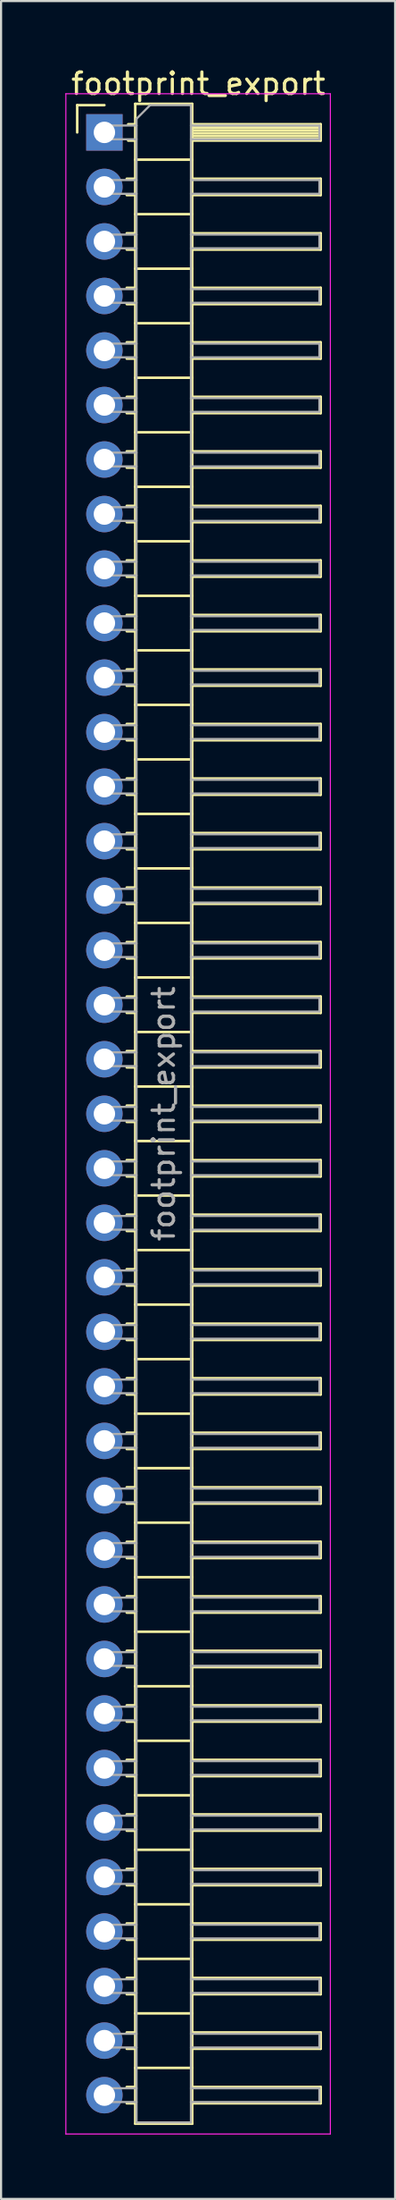
<source format=kicad_pcb>
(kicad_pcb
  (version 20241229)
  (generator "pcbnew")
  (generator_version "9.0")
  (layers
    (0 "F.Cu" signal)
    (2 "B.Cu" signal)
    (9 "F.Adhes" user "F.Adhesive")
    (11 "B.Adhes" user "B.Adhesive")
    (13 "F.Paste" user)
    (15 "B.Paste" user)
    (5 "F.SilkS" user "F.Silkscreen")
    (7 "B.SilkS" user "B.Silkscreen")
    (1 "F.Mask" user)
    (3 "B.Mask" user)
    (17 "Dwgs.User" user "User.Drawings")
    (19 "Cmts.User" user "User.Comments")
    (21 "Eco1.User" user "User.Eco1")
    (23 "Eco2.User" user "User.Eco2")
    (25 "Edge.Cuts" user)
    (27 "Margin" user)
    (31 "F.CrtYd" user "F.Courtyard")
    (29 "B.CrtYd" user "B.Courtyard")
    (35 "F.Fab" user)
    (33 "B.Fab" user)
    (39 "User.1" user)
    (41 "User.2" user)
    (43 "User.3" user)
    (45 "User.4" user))
  (footprint "footprint_export"
    (layer "F.Cu")
    (at 1.825 3.118)
    (property "Reference" "footprint_export" (at 4.385 -2.27 0) (layer "F.SilkS") (effects (font (size 1 1) (thickness 0.15))))
    (attr through_hole)
    (fp_line (start -1.27 -1.27) (end 0 -1.27) (stroke (width 0.12) (type solid)) (layer "F.SilkS"))
    (fp_line (start -1.27 0) (end -1.27 -1.27) (stroke (width 0.12) (type solid)) (layer "F.SilkS"))
    (fp_line (start 1.043 2.16) (end 1.44 2.16) (stroke (width 0.12) (type solid)) (layer "F.SilkS"))
    (fp_line (start 1.043 2.92) (end 1.44 2.92) (stroke (width 0.12) (type solid)) (layer "F.SilkS"))
    (fp_line (start 1.043 4.7) (end 1.44 4.7) (stroke (width 0.12) (type solid)) (layer "F.SilkS"))
    (fp_line (start 1.043 5.46) (end 1.44 5.46) (stroke (width 0.12) (type solid)) (layer "F.SilkS"))
    (fp_line (start 1.043 7.24) (end 1.44 7.24) (stroke (width 0.12) (type solid)) (layer "F.SilkS"))
    (fp_line (start 1.043 8) (end 1.44 8) (stroke (width 0.12) (type solid)) (layer "F.SilkS"))
    (fp_line (start 1.043 9.78) (end 1.44 9.78) (stroke (width 0.12) (type solid)) (layer "F.SilkS"))
    (fp_line (start 1.043 10.54) (end 1.44 10.54) (stroke (width 0.12) (type solid)) (layer "F.SilkS"))
    (fp_line (start 1.043 12.32) (end 1.44 12.32) (stroke (width 0.12) (type solid)) (layer "F.SilkS"))
    (fp_line (start 1.043 13.08) (end 1.44 13.08) (stroke (width 0.12) (type solid)) (layer "F.SilkS"))
    (fp_line (start 1.043 14.86) (end 1.44 14.86) (stroke (width 0.12) (type solid)) (layer "F.SilkS"))
    (fp_line (start 1.043 15.62) (end 1.44 15.62) (stroke (width 0.12) (type solid)) (layer "F.SilkS"))
    (fp_line (start 1.043 17.4) (end 1.44 17.4) (stroke (width 0.12) (type solid)) (layer "F.SilkS"))
    (fp_line (start 1.043 18.16) (end 1.44 18.16) (stroke (width 0.12) (type solid)) (layer "F.SilkS"))
    (fp_line (start 1.043 19.94) (end 1.44 19.94) (stroke (width 0.12) (type solid)) (layer "F.SilkS"))
    (fp_line (start 1.043 20.7) (end 1.44 20.7) (stroke (width 0.12) (type solid)) (layer "F.SilkS"))
    (fp_line (start 1.043 22.48) (end 1.44 22.48) (stroke (width 0.12) (type solid)) (layer "F.SilkS"))
    (fp_line (start 1.043 23.24) (end 1.44 23.24) (stroke (width 0.12) (type solid)) (layer "F.SilkS"))
    (fp_line (start 1.043 25.02) (end 1.44 25.02) (stroke (width 0.12) (type solid)) (layer "F.SilkS"))
    (fp_line (start 1.043 25.78) (end 1.44 25.78) (stroke (width 0.12) (type solid)) (layer "F.SilkS"))
    (fp_line (start 1.043 27.56) (end 1.44 27.56) (stroke (width 0.12) (type solid)) (layer "F.SilkS"))
    (fp_line (start 1.043 28.32) (end 1.44 28.32) (stroke (width 0.12) (type solid)) (layer "F.SilkS"))
    (fp_line (start 1.043 30.1) (end 1.44 30.1) (stroke (width 0.12) (type solid)) (layer "F.SilkS"))
    (fp_line (start 1.043 30.86) (end 1.44 30.86) (stroke (width 0.12) (type solid)) (layer "F.SilkS"))
    (fp_line (start 1.043 32.64) (end 1.44 32.64) (stroke (width 0.12) (type solid)) (layer "F.SilkS"))
    (fp_line (start 1.043 33.4) (end 1.44 33.4) (stroke (width 0.12) (type solid)) (layer "F.SilkS"))
    (fp_line (start 1.043 35.18) (end 1.44 35.18) (stroke (width 0.12) (type solid)) (layer "F.SilkS"))
    (fp_line (start 1.043 35.94) (end 1.44 35.94) (stroke (width 0.12) (type solid)) (layer "F.SilkS"))
    (fp_line (start 1.043 37.72) (end 1.44 37.72) (stroke (width 0.12) (type solid)) (layer "F.SilkS"))
    (fp_line (start 1.043 38.48) (end 1.44 38.48) (stroke (width 0.12) (type solid)) (layer "F.SilkS"))
    (fp_line (start 1.043 40.26) (end 1.44 40.26) (stroke (width 0.12) (type solid)) (layer "F.SilkS"))
    (fp_line (start 1.043 41.02) (end 1.44 41.02) (stroke (width 0.12) (type solid)) (layer "F.SilkS"))
    (fp_line (start 1.043 42.8) (end 1.44 42.8) (stroke (width 0.12) (type solid)) (layer "F.SilkS"))
    (fp_line (start 1.043 43.56) (end 1.44 43.56) (stroke (width 0.12) (type solid)) (layer "F.SilkS"))
    (fp_line (start 1.043 45.34) (end 1.44 45.34) (stroke (width 0.12) (type solid)) (layer "F.SilkS"))
    (fp_line (start 1.043 46.1) (end 1.44 46.1) (stroke (width 0.12) (type solid)) (layer "F.SilkS"))
    (fp_line (start 1.043 47.88) (end 1.44 47.88) (stroke (width 0.12) (type solid)) (layer "F.SilkS"))
    (fp_line (start 1.043 48.64) (end 1.44 48.64) (stroke (width 0.12) (type solid)) (layer "F.SilkS"))
    (fp_line (start 1.043 50.42) (end 1.44 50.42) (stroke (width 0.12) (type solid)) (layer "F.SilkS"))
    (fp_line (start 1.043 51.18) (end 1.44 51.18) (stroke (width 0.12) (type solid)) (layer "F.SilkS"))
    (fp_line (start 1.043 52.96) (end 1.44 52.96) (stroke (width 0.12) (type solid)) (layer "F.SilkS"))
    (fp_line (start 1.043 53.72) (end 1.44 53.72) (stroke (width 0.12) (type solid)) (layer "F.SilkS"))
    (fp_line (start 1.043 55.5) (end 1.44 55.5) (stroke (width 0.12) (type solid)) (layer "F.SilkS"))
    (fp_line (start 1.043 56.26) (end 1.44 56.26) (stroke (width 0.12) (type solid)) (layer "F.SilkS"))
    (fp_line (start 1.043 58.04) (end 1.44 58.04) (stroke (width 0.12) (type solid)) (layer "F.SilkS"))
    (fp_line (start 1.043 58.8) (end 1.44 58.8) (stroke (width 0.12) (type solid)) (layer "F.SilkS"))
    (fp_line (start 1.043 60.58) (end 1.44 60.58) (stroke (width 0.12) (type solid)) (layer "F.SilkS"))
    (fp_line (start 1.043 61.34) (end 1.44 61.34) (stroke (width 0.12) (type solid)) (layer "F.SilkS"))
    (fp_line (start 1.043 63.12) (end 1.44 63.12) (stroke (width 0.12) (type solid)) (layer "F.SilkS"))
    (fp_line (start 1.043 63.88) (end 1.44 63.88) (stroke (width 0.12) (type solid)) (layer "F.SilkS"))
    (fp_line (start 1.043 65.66) (end 1.44 65.66) (stroke (width 0.12) (type solid)) (layer "F.SilkS"))
    (fp_line (start 1.043 66.42) (end 1.44 66.42) (stroke (width 0.12) (type solid)) (layer "F.SilkS"))
    (fp_line (start 1.043 68.2) (end 1.44 68.2) (stroke (width 0.12) (type solid)) (layer "F.SilkS"))
    (fp_line (start 1.043 68.96) (end 1.44 68.96) (stroke (width 0.12) (type solid)) (layer "F.SilkS"))
    (fp_line (start 1.043 70.74) (end 1.44 70.74) (stroke (width 0.12) (type solid)) (layer "F.SilkS"))
    (fp_line (start 1.043 71.5) (end 1.44 71.5) (stroke (width 0.12) (type solid)) (layer "F.SilkS"))
    (fp_line (start 1.043 73.28) (end 1.44 73.28) (stroke (width 0.12) (type solid)) (layer "F.SilkS"))
    (fp_line (start 1.043 74.04) (end 1.44 74.04) (stroke (width 0.12) (type solid)) (layer "F.SilkS"))
    (fp_line (start 1.043 75.82) (end 1.44 75.82) (stroke (width 0.12) (type solid)) (layer "F.SilkS"))
    (fp_line (start 1.043 76.58) (end 1.44 76.58) (stroke (width 0.12) (type solid)) (layer "F.SilkS"))
    (fp_line (start 1.043 78.36) (end 1.44 78.36) (stroke (width 0.12) (type solid)) (layer "F.SilkS"))
    (fp_line (start 1.043 79.12) (end 1.44 79.12) (stroke (width 0.12) (type solid)) (layer "F.SilkS"))
    (fp_line (start 1.043 80.9) (end 1.44 80.9) (stroke (width 0.12) (type solid)) (layer "F.SilkS"))
    (fp_line (start 1.043 81.66) (end 1.44 81.66) (stroke (width 0.12) (type solid)) (layer "F.SilkS"))
    (fp_line (start 1.043 83.44) (end 1.44 83.44) (stroke (width 0.12) (type solid)) (layer "F.SilkS"))
    (fp_line (start 1.043 84.2) (end 1.44 84.2) (stroke (width 0.12) (type solid)) (layer "F.SilkS"))
    (fp_line (start 1.043 85.98) (end 1.44 85.98) (stroke (width 0.12) (type solid)) (layer "F.SilkS"))
    (fp_line (start 1.043 86.74) (end 1.44 86.74) (stroke (width 0.12) (type solid)) (layer "F.SilkS"))
    (fp_line (start 1.043 88.52) (end 1.44 88.52) (stroke (width 0.12) (type solid)) (layer "F.SilkS"))
    (fp_line (start 1.043 89.28) (end 1.44 89.28) (stroke (width 0.12) (type solid)) (layer "F.SilkS"))
    (fp_line (start 1.043 91.06) (end 1.44 91.06) (stroke (width 0.12) (type solid)) (layer "F.SilkS"))
    (fp_line (start 1.043 91.82) (end 1.44 91.82) (stroke (width 0.12) (type solid)) (layer "F.SilkS"))
    (fp_line (start 1.11 -0.38) (end 1.44 -0.38) (stroke (width 0.12) (type solid)) (layer "F.SilkS"))
    (fp_line (start 1.11 0.38) (end 1.44 0.38) (stroke (width 0.12) (type solid)) (layer "F.SilkS"))
    (fp_line (start 1.44 -1.33) (end 1.44 92.77) (stroke (width 0.12) (type solid)) (layer "F.SilkS"))
    (fp_line (start 1.44 1.27) (end 4.1 1.27) (stroke (width 0.12) (type solid)) (layer "F.SilkS"))
    (fp_line (start 1.44 3.81) (end 4.1 3.81) (stroke (width 0.12) (type solid)) (layer "F.SilkS"))
    (fp_line (start 1.44 6.35) (end 4.1 6.35) (stroke (width 0.12) (type solid)) (layer "F.SilkS"))
    (fp_line (start 1.44 8.89) (end 4.1 8.89) (stroke (width 0.12) (type solid)) (layer "F.SilkS"))
    (fp_line (start 1.44 11.43) (end 4.1 11.43) (stroke (width 0.12) (type solid)) (layer "F.SilkS"))
    (fp_line (start 1.44 13.97) (end 4.1 13.97) (stroke (width 0.12) (type solid)) (layer "F.SilkS"))
    (fp_line (start 1.44 16.51) (end 4.1 16.51) (stroke (width 0.12) (type solid)) (layer "F.SilkS"))
    (fp_line (start 1.44 19.05) (end 4.1 19.05) (stroke (width 0.12) (type solid)) (layer "F.SilkS"))
    (fp_line (start 1.44 21.59) (end 4.1 21.59) (stroke (width 0.12) (type solid)) (layer "F.SilkS"))
    (fp_line (start 1.44 24.13) (end 4.1 24.13) (stroke (width 0.12) (type solid)) (layer "F.SilkS"))
    (fp_line (start 1.44 26.67) (end 4.1 26.67) (stroke (width 0.12) (type solid)) (layer "F.SilkS"))
    (fp_line (start 1.44 29.21) (end 4.1 29.21) (stroke (width 0.12) (type solid)) (layer "F.SilkS"))
    (fp_line (start 1.44 31.75) (end 4.1 31.75) (stroke (width 0.12) (type solid)) (layer "F.SilkS"))
    (fp_line (start 1.44 34.29) (end 4.1 34.29) (stroke (width 0.12) (type solid)) (layer "F.SilkS"))
    (fp_line (start 1.44 36.83) (end 4.1 36.83) (stroke (width 0.12) (type solid)) (layer "F.SilkS"))
    (fp_line (start 1.44 39.37) (end 4.1 39.37) (stroke (width 0.12) (type solid)) (layer "F.SilkS"))
    (fp_line (start 1.44 41.91) (end 4.1 41.91) (stroke (width 0.12) (type solid)) (layer "F.SilkS"))
    (fp_line (start 1.44 44.45) (end 4.1 44.45) (stroke (width 0.12) (type solid)) (layer "F.SilkS"))
    (fp_line (start 1.44 46.99) (end 4.1 46.99) (stroke (width 0.12) (type solid)) (layer "F.SilkS"))
    (fp_line (start 1.44 49.53) (end 4.1 49.53) (stroke (width 0.12) (type solid)) (layer "F.SilkS"))
    (fp_line (start 1.44 52.07) (end 4.1 52.07) (stroke (width 0.12) (type solid)) (layer "F.SilkS"))
    (fp_line (start 1.44 54.61) (end 4.1 54.61) (stroke (width 0.12) (type solid)) (layer "F.SilkS"))
    (fp_line (start 1.44 57.15) (end 4.1 57.15) (stroke (width 0.12) (type solid)) (layer "F.SilkS"))
    (fp_line (start 1.44 59.69) (end 4.1 59.69) (stroke (width 0.12) (type solid)) (layer "F.SilkS"))
    (fp_line (start 1.44 62.23) (end 4.1 62.23) (stroke (width 0.12) (type solid)) (layer "F.SilkS"))
    (fp_line (start 1.44 64.77) (end 4.1 64.77) (stroke (width 0.12) (type solid)) (layer "F.SilkS"))
    (fp_line (start 1.44 67.31) (end 4.1 67.31) (stroke (width 0.12) (type solid)) (layer "F.SilkS"))
    (fp_line (start 1.44 69.85) (end 4.1 69.85) (stroke (width 0.12) (type solid)) (layer "F.SilkS"))
    (fp_line (start 1.44 72.39) (end 4.1 72.39) (stroke (width 0.12) (type solid)) (layer "F.SilkS"))
    (fp_line (start 1.44 74.93) (end 4.1 74.93) (stroke (width 0.12) (type solid)) (layer "F.SilkS"))
    (fp_line (start 1.44 77.47) (end 4.1 77.47) (stroke (width 0.12) (type solid)) (layer "F.SilkS"))
    (fp_line (start 1.44 80.01) (end 4.1 80.01) (stroke (width 0.12) (type solid)) (layer "F.SilkS"))
    (fp_line (start 1.44 82.55) (end 4.1 82.55) (stroke (width 0.12) (type solid)) (layer "F.SilkS"))
    (fp_line (start 1.44 85.09) (end 4.1 85.09) (stroke (width 0.12) (type solid)) (layer "F.SilkS"))
    (fp_line (start 1.44 87.63) (end 4.1 87.63) (stroke (width 0.12) (type solid)) (layer "F.SilkS"))
    (fp_line (start 1.44 90.17) (end 4.1 90.17) (stroke (width 0.12) (type solid)) (layer "F.SilkS"))
    (fp_line (start 1.44 92.77) (end 4.1 92.77) (stroke (width 0.12) (type solid)) (layer "F.SilkS"))
    (fp_line (start 4.1 -1.33) (end 1.44 -1.33) (stroke (width 0.12) (type solid)) (layer "F.SilkS"))
    (fp_line (start 4.1 -0.38) (end 10.1 -0.38) (stroke (width 0.12) (type solid)) (layer "F.SilkS"))
    (fp_line (start 4.1 -0.32) (end 10.1 -0.32) (stroke (width 0.12) (type solid)) (layer "F.SilkS"))
    (fp_line (start 4.1 -0.2) (end 10.1 -0.2) (stroke (width 0.12) (type solid)) (layer "F.SilkS"))
    (fp_line (start 4.1 -0.08) (end 10.1 -0.08) (stroke (width 0.12) (type solid)) (layer "F.SilkS"))
    (fp_line (start 4.1 0.04) (end 10.1 0.04) (stroke (width 0.12) (type solid)) (layer "F.SilkS"))
    (fp_line (start 4.1 0.16) (end 10.1 0.16) (stroke (width 0.12) (type solid)) (layer "F.SilkS"))
    (fp_line (start 4.1 0.28) (end 10.1 0.28) (stroke (width 0.12) (type solid)) (layer "F.SilkS"))
    (fp_line (start 4.1 2.16) (end 10.1 2.16) (stroke (width 0.12) (type solid)) (layer "F.SilkS"))
    (fp_line (start 4.1 4.7) (end 10.1 4.7) (stroke (width 0.12) (type solid)) (layer "F.SilkS"))
    (fp_line (start 4.1 7.24) (end 10.1 7.24) (stroke (width 0.12) (type solid)) (layer "F.SilkS"))
    (fp_line (start 4.1 9.78) (end 10.1 9.78) (stroke (width 0.12) (type solid)) (layer "F.SilkS"))
    (fp_line (start 4.1 12.32) (end 10.1 12.32) (stroke (width 0.12) (type solid)) (layer "F.SilkS"))
    (fp_line (start 4.1 14.86) (end 10.1 14.86) (stroke (width 0.12) (type solid)) (layer "F.SilkS"))
    (fp_line (start 4.1 17.4) (end 10.1 17.4) (stroke (width 0.12) (type solid)) (layer "F.SilkS"))
    (fp_line (start 4.1 19.94) (end 10.1 19.94) (stroke (width 0.12) (type solid)) (layer "F.SilkS"))
    (fp_line (start 4.1 22.48) (end 10.1 22.48) (stroke (width 0.12) (type solid)) (layer "F.SilkS"))
    (fp_line (start 4.1 25.02) (end 10.1 25.02) (stroke (width 0.12) (type solid)) (layer "F.SilkS"))
    (fp_line (start 4.1 27.56) (end 10.1 27.56) (stroke (width 0.12) (type solid)) (layer "F.SilkS"))
    (fp_line (start 4.1 30.1) (end 10.1 30.1) (stroke (width 0.12) (type solid)) (layer "F.SilkS"))
    (fp_line (start 4.1 32.64) (end 10.1 32.64) (stroke (width 0.12) (type solid)) (layer "F.SilkS"))
    (fp_line (start 4.1 35.18) (end 10.1 35.18) (stroke (width 0.12) (type solid)) (layer "F.SilkS"))
    (fp_line (start 4.1 37.72) (end 10.1 37.72) (stroke (width 0.12) (type solid)) (layer "F.SilkS"))
    (fp_line (start 4.1 40.26) (end 10.1 40.26) (stroke (width 0.12) (type solid)) (layer "F.SilkS"))
    (fp_line (start 4.1 42.8) (end 10.1 42.8) (stroke (width 0.12) (type solid)) (layer "F.SilkS"))
    (fp_line (start 4.1 45.34) (end 10.1 45.34) (stroke (width 0.12) (type solid)) (layer "F.SilkS"))
    (fp_line (start 4.1 47.88) (end 10.1 47.88) (stroke (width 0.12) (type solid)) (layer "F.SilkS"))
    (fp_line (start 4.1 50.42) (end 10.1 50.42) (stroke (width 0.12) (type solid)) (layer "F.SilkS"))
    (fp_line (start 4.1 52.96) (end 10.1 52.96) (stroke (width 0.12) (type solid)) (layer "F.SilkS"))
    (fp_line (start 4.1 55.5) (end 10.1 55.5) (stroke (width 0.12) (type solid)) (layer "F.SilkS"))
    (fp_line (start 4.1 58.04) (end 10.1 58.04) (stroke (width 0.12) (type solid)) (layer "F.SilkS"))
    (fp_line (start 4.1 60.58) (end 10.1 60.58) (stroke (width 0.12) (type solid)) (layer "F.SilkS"))
    (fp_line (start 4.1 63.12) (end 10.1 63.12) (stroke (width 0.12) (type solid)) (layer "F.SilkS"))
    (fp_line (start 4.1 65.66) (end 10.1 65.66) (stroke (width 0.12) (type solid)) (layer "F.SilkS"))
    (fp_line (start 4.1 68.2) (end 10.1 68.2) (stroke (width 0.12) (type solid)) (layer "F.SilkS"))
    (fp_line (start 4.1 70.74) (end 10.1 70.74) (stroke (width 0.12) (type solid)) (layer "F.SilkS"))
    (fp_line (start 4.1 73.28) (end 10.1 73.28) (stroke (width 0.12) (type solid)) (layer "F.SilkS"))
    (fp_line (start 4.1 75.82) (end 10.1 75.82) (stroke (width 0.12) (type solid)) (layer "F.SilkS"))
    (fp_line (start 4.1 78.36) (end 10.1 78.36) (stroke (width 0.12) (type solid)) (layer "F.SilkS"))
    (fp_line (start 4.1 80.9) (end 10.1 80.9) (stroke (width 0.12) (type solid)) (layer "F.SilkS"))
    (fp_line (start 4.1 83.44) (end 10.1 83.44) (stroke (width 0.12) (type solid)) (layer "F.SilkS"))
    (fp_line (start 4.1 85.98) (end 10.1 85.98) (stroke (width 0.12) (type solid)) (layer "F.SilkS"))
    (fp_line (start 4.1 88.52) (end 10.1 88.52) (stroke (width 0.12) (type solid)) (layer "F.SilkS"))
    (fp_line (start 4.1 91.06) (end 10.1 91.06) (stroke (width 0.12) (type solid)) (layer "F.SilkS"))
    (fp_line (start 4.1 92.77) (end 4.1 -1.33) (stroke (width 0.12) (type solid)) (layer "F.SilkS"))
    (fp_line (start 10.1 -0.38) (end 10.1 0.38) (stroke (width 0.12) (type solid)) (layer "F.SilkS"))
    (fp_line (start 10.1 0.38) (end 4.1 0.38) (stroke (width 0.12) (type solid)) (layer "F.SilkS"))
    (fp_line (start 10.1 2.16) (end 10.1 2.92) (stroke (width 0.12) (type solid)) (layer "F.SilkS"))
    (fp_line (start 10.1 2.92) (end 4.1 2.92) (stroke (width 0.12) (type solid)) (layer "F.SilkS"))
    (fp_line (start 10.1 4.7) (end 10.1 5.46) (stroke (width 0.12) (type solid)) (layer "F.SilkS"))
    (fp_line (start 10.1 5.46) (end 4.1 5.46) (stroke (width 0.12) (type solid)) (layer "F.SilkS"))
    (fp_line (start 10.1 7.24) (end 10.1 8) (stroke (width 0.12) (type solid)) (layer "F.SilkS"))
    (fp_line (start 10.1 8) (end 4.1 8) (stroke (width 0.12) (type solid)) (layer "F.SilkS"))
    (fp_line (start 10.1 9.78) (end 10.1 10.54) (stroke (width 0.12) (type solid)) (layer "F.SilkS"))
    (fp_line (start 10.1 10.54) (end 4.1 10.54) (stroke (width 0.12) (type solid)) (layer "F.SilkS"))
    (fp_line (start 10.1 12.32) (end 10.1 13.08) (stroke (width 0.12) (type solid)) (layer "F.SilkS"))
    (fp_line (start 10.1 13.08) (end 4.1 13.08) (stroke (width 0.12) (type solid)) (layer "F.SilkS"))
    (fp_line (start 10.1 14.86) (end 10.1 15.62) (stroke (width 0.12) (type solid)) (layer "F.SilkS"))
    (fp_line (start 10.1 15.62) (end 4.1 15.62) (stroke (width 0.12) (type solid)) (layer "F.SilkS"))
    (fp_line (start 10.1 17.4) (end 10.1 18.16) (stroke (width 0.12) (type solid)) (layer "F.SilkS"))
    (fp_line (start 10.1 18.16) (end 4.1 18.16) (stroke (width 0.12) (type solid)) (layer "F.SilkS"))
    (fp_line (start 10.1 19.94) (end 10.1 20.7) (stroke (width 0.12) (type solid)) (layer "F.SilkS"))
    (fp_line (start 10.1 20.7) (end 4.1 20.7) (stroke (width 0.12) (type solid)) (layer "F.SilkS"))
    (fp_line (start 10.1 22.48) (end 10.1 23.24) (stroke (width 0.12) (type solid)) (layer "F.SilkS"))
    (fp_line (start 10.1 23.24) (end 4.1 23.24) (stroke (width 0.12) (type solid)) (layer "F.SilkS"))
    (fp_line (start 10.1 25.02) (end 10.1 25.78) (stroke (width 0.12) (type solid)) (layer "F.SilkS"))
    (fp_line (start 10.1 25.78) (end 4.1 25.78) (stroke (width 0.12) (type solid)) (layer "F.SilkS"))
    (fp_line (start 10.1 27.56) (end 10.1 28.32) (stroke (width 0.12) (type solid)) (layer "F.SilkS"))
    (fp_line (start 10.1 28.32) (end 4.1 28.32) (stroke (width 0.12) (type solid)) (layer "F.SilkS"))
    (fp_line (start 10.1 30.1) (end 10.1 30.86) (stroke (width 0.12) (type solid)) (layer "F.SilkS"))
    (fp_line (start 10.1 30.86) (end 4.1 30.86) (stroke (width 0.12) (type solid)) (layer "F.SilkS"))
    (fp_line (start 10.1 32.64) (end 10.1 33.4) (stroke (width 0.12) (type solid)) (layer "F.SilkS"))
    (fp_line (start 10.1 33.4) (end 4.1 33.4) (stroke (width 0.12) (type solid)) (layer "F.SilkS"))
    (fp_line (start 10.1 35.18) (end 10.1 35.94) (stroke (width 0.12) (type solid)) (layer "F.SilkS"))
    (fp_line (start 10.1 35.94) (end 4.1 35.94) (stroke (width 0.12) (type solid)) (layer "F.SilkS"))
    (fp_line (start 10.1 37.72) (end 10.1 38.48) (stroke (width 0.12) (type solid)) (layer "F.SilkS"))
    (fp_line (start 10.1 38.48) (end 4.1 38.48) (stroke (width 0.12) (type solid)) (layer "F.SilkS"))
    (fp_line (start 10.1 40.26) (end 10.1 41.02) (stroke (width 0.12) (type solid)) (layer "F.SilkS"))
    (fp_line (start 10.1 41.02) (end 4.1 41.02) (stroke (width 0.12) (type solid)) (layer "F.SilkS"))
    (fp_line (start 10.1 42.8) (end 10.1 43.56) (stroke (width 0.12) (type solid)) (layer "F.SilkS"))
    (fp_line (start 10.1 43.56) (end 4.1 43.56) (stroke (width 0.12) (type solid)) (layer "F.SilkS"))
    (fp_line (start 10.1 45.34) (end 10.1 46.1) (stroke (width 0.12) (type solid)) (layer "F.SilkS"))
    (fp_line (start 10.1 46.1) (end 4.1 46.1) (stroke (width 0.12) (type solid)) (layer "F.SilkS"))
    (fp_line (start 10.1 47.88) (end 10.1 48.64) (stroke (width 0.12) (type solid)) (layer "F.SilkS"))
    (fp_line (start 10.1 48.64) (end 4.1 48.64) (stroke (width 0.12) (type solid)) (layer "F.SilkS"))
    (fp_line (start 10.1 50.42) (end 10.1 51.18) (stroke (width 0.12) (type solid)) (layer "F.SilkS"))
    (fp_line (start 10.1 51.18) (end 4.1 51.18) (stroke (width 0.12) (type solid)) (layer "F.SilkS"))
    (fp_line (start 10.1 52.96) (end 10.1 53.72) (stroke (width 0.12) (type solid)) (layer "F.SilkS"))
    (fp_line (start 10.1 53.72) (end 4.1 53.72) (stroke (width 0.12) (type solid)) (layer "F.SilkS"))
    (fp_line (start 10.1 55.5) (end 10.1 56.26) (stroke (width 0.12) (type solid)) (layer "F.SilkS"))
    (fp_line (start 10.1 56.26) (end 4.1 56.26) (stroke (width 0.12) (type solid)) (layer "F.SilkS"))
    (fp_line (start 10.1 58.04) (end 10.1 58.8) (stroke (width 0.12) (type solid)) (layer "F.SilkS"))
    (fp_line (start 10.1 58.8) (end 4.1 58.8) (stroke (width 0.12) (type solid)) (layer "F.SilkS"))
    (fp_line (start 10.1 60.58) (end 10.1 61.34) (stroke (width 0.12) (type solid)) (layer "F.SilkS"))
    (fp_line (start 10.1 61.34) (end 4.1 61.34) (stroke (width 0.12) (type solid)) (layer "F.SilkS"))
    (fp_line (start 10.1 63.12) (end 10.1 63.88) (stroke (width 0.12) (type solid)) (layer "F.SilkS"))
    (fp_line (start 10.1 63.88) (end 4.1 63.88) (stroke (width 0.12) (type solid)) (layer "F.SilkS"))
    (fp_line (start 10.1 65.66) (end 10.1 66.42) (stroke (width 0.12) (type solid)) (layer "F.SilkS"))
    (fp_line (start 10.1 66.42) (end 4.1 66.42) (stroke (width 0.12) (type solid)) (layer "F.SilkS"))
    (fp_line (start 10.1 68.2) (end 10.1 68.96) (stroke (width 0.12) (type solid)) (layer "F.SilkS"))
    (fp_line (start 10.1 68.96) (end 4.1 68.96) (stroke (width 0.12) (type solid)) (layer "F.SilkS"))
    (fp_line (start 10.1 70.74) (end 10.1 71.5) (stroke (width 0.12) (type solid)) (layer "F.SilkS"))
    (fp_line (start 10.1 71.5) (end 4.1 71.5) (stroke (width 0.12) (type solid)) (layer "F.SilkS"))
    (fp_line (start 10.1 73.28) (end 10.1 74.04) (stroke (width 0.12) (type solid)) (layer "F.SilkS"))
    (fp_line (start 10.1 74.04) (end 4.1 74.04) (stroke (width 0.12) (type solid)) (layer "F.SilkS"))
    (fp_line (start 10.1 75.82) (end 10.1 76.58) (stroke (width 0.12) (type solid)) (layer "F.SilkS"))
    (fp_line (start 10.1 76.58) (end 4.1 76.58) (stroke (width 0.12) (type solid)) (layer "F.SilkS"))
    (fp_line (start 10.1 78.36) (end 10.1 79.12) (stroke (width 0.12) (type solid)) (layer "F.SilkS"))
    (fp_line (start 10.1 79.12) (end 4.1 79.12) (stroke (width 0.12) (type solid)) (layer "F.SilkS"))
    (fp_line (start 10.1 80.9) (end 10.1 81.66) (stroke (width 0.12) (type solid)) (layer "F.SilkS"))
    (fp_line (start 10.1 81.66) (end 4.1 81.66) (stroke (width 0.12) (type solid)) (layer "F.SilkS"))
    (fp_line (start 10.1 83.44) (end 10.1 84.2) (stroke (width 0.12) (type solid)) (layer "F.SilkS"))
    (fp_line (start 10.1 84.2) (end 4.1 84.2) (stroke (width 0.12) (type solid)) (layer "F.SilkS"))
    (fp_line (start 10.1 85.98) (end 10.1 86.74) (stroke (width 0.12) (type solid)) (layer "F.SilkS"))
    (fp_line (start 10.1 86.74) (end 4.1 86.74) (stroke (width 0.12) (type solid)) (layer "F.SilkS"))
    (fp_line (start 10.1 88.52) (end 10.1 89.28) (stroke (width 0.12) (type solid)) (layer "F.SilkS"))
    (fp_line (start 10.1 89.28) (end 4.1 89.28) (stroke (width 0.12) (type solid)) (layer "F.SilkS"))
    (fp_line (start 10.1 91.06) (end 10.1 91.82) (stroke (width 0.12) (type solid)) (layer "F.SilkS"))
    (fp_line (start 10.1 91.82) (end 4.1 91.82) (stroke (width 0.12) (type solid)) (layer "F.SilkS"))
    (fp_line (start -1.8 -1.8) (end -1.8 93.25) (stroke (width 0.05) (type solid)) (layer "F.CrtYd"))
    (fp_line (start -1.8 93.25) (end 10.55 93.25) (stroke (width 0.05) (type solid)) (layer "F.CrtYd"))
    (fp_line (start 10.55 -1.8) (end -1.8 -1.8) (stroke (width 0.05) (type solid)) (layer "F.CrtYd"))
    (fp_line (start 10.55 93.25) (end 10.55 -1.8) (stroke (width 0.05) (type solid)) (layer "F.CrtYd"))
    (fp_line (start -0.32 -0.32) (end -0.32 0.32) (stroke (width 0.1) (type solid)) (layer "F.Fab"))
    (fp_line (start -0.32 -0.32) (end 1.5 -0.32) (stroke (width 0.1) (type solid)) (layer "F.Fab"))
    (fp_line (start -0.32 0.32) (end 1.5 0.32) (stroke (width 0.1) (type solid)) (layer "F.Fab"))
    (fp_line (start -0.32 2.22) (end -0.32 2.86) (stroke (width 0.1) (type solid)) (layer "F.Fab"))
    (fp_line (start -0.32 2.22) (end 1.5 2.22) (stroke (width 0.1) (type solid)) (layer "F.Fab"))
    (fp_line (start -0.32 2.86) (end 1.5 2.86) (stroke (width 0.1) (type solid)) (layer "F.Fab"))
    (fp_line (start -0.32 4.76) (end -0.32 5.4) (stroke (width 0.1) (type solid)) (layer "F.Fab"))
    (fp_line (start -0.32 4.76) (end 1.5 4.76) (stroke (width 0.1) (type solid)) (layer "F.Fab"))
    (fp_line (start -0.32 5.4) (end 1.5 5.4) (stroke (width 0.1) (type solid)) (layer "F.Fab"))
    (fp_line (start -0.32 7.3) (end -0.32 7.94) (stroke (width 0.1) (type solid)) (layer "F.Fab"))
    (fp_line (start -0.32 7.3) (end 1.5 7.3) (stroke (width 0.1) (type solid)) (layer "F.Fab"))
    (fp_line (start -0.32 7.94) (end 1.5 7.94) (stroke (width 0.1) (type solid)) (layer "F.Fab"))
    (fp_line (start -0.32 9.84) (end -0.32 10.48) (stroke (width 0.1) (type solid)) (layer "F.Fab"))
    (fp_line (start -0.32 9.84) (end 1.5 9.84) (stroke (width 0.1) (type solid)) (layer "F.Fab"))
    (fp_line (start -0.32 10.48) (end 1.5 10.48) (stroke (width 0.1) (type solid)) (layer "F.Fab"))
    (fp_line (start -0.32 12.38) (end -0.32 13.02) (stroke (width 0.1) (type solid)) (layer "F.Fab"))
    (fp_line (start -0.32 12.38) (end 1.5 12.38) (stroke (width 0.1) (type solid)) (layer "F.Fab"))
    (fp_line (start -0.32 13.02) (end 1.5 13.02) (stroke (width 0.1) (type solid)) (layer "F.Fab"))
    (fp_line (start -0.32 14.92) (end -0.32 15.56) (stroke (width 0.1) (type solid)) (layer "F.Fab"))
    (fp_line (start -0.32 14.92) (end 1.5 14.92) (stroke (width 0.1) (type solid)) (layer "F.Fab"))
    (fp_line (start -0.32 15.56) (end 1.5 15.56) (stroke (width 0.1) (type solid)) (layer "F.Fab"))
    (fp_line (start -0.32 17.46) (end -0.32 18.1) (stroke (width 0.1) (type solid)) (layer "F.Fab"))
    (fp_line (start -0.32 17.46) (end 1.5 17.46) (stroke (width 0.1) (type solid)) (layer "F.Fab"))
    (fp_line (start -0.32 18.1) (end 1.5 18.1) (stroke (width 0.1) (type solid)) (layer "F.Fab"))
    (fp_line (start -0.32 20) (end -0.32 20.64) (stroke (width 0.1) (type solid)) (layer "F.Fab"))
    (fp_line (start -0.32 20) (end 1.5 20) (stroke (width 0.1) (type solid)) (layer "F.Fab"))
    (fp_line (start -0.32 20.64) (end 1.5 20.64) (stroke (width 0.1) (type solid)) (layer "F.Fab"))
    (fp_line (start -0.32 22.54) (end -0.32 23.18) (stroke (width 0.1) (type solid)) (layer "F.Fab"))
    (fp_line (start -0.32 22.54) (end 1.5 22.54) (stroke (width 0.1) (type solid)) (layer "F.Fab"))
    (fp_line (start -0.32 23.18) (end 1.5 23.18) (stroke (width 0.1) (type solid)) (layer "F.Fab"))
    (fp_line (start -0.32 25.08) (end -0.32 25.72) (stroke (width 0.1) (type solid)) (layer "F.Fab"))
    (fp_line (start -0.32 25.08) (end 1.5 25.08) (stroke (width 0.1) (type solid)) (layer "F.Fab"))
    (fp_line (start -0.32 25.72) (end 1.5 25.72) (stroke (width 0.1) (type solid)) (layer "F.Fab"))
    (fp_line (start -0.32 27.62) (end -0.32 28.26) (stroke (width 0.1) (type solid)) (layer "F.Fab"))
    (fp_line (start -0.32 27.62) (end 1.5 27.62) (stroke (width 0.1) (type solid)) (layer "F.Fab"))
    (fp_line (start -0.32 28.26) (end 1.5 28.26) (stroke (width 0.1) (type solid)) (layer "F.Fab"))
    (fp_line (start -0.32 30.16) (end -0.32 30.8) (stroke (width 0.1) (type solid)) (layer "F.Fab"))
    (fp_line (start -0.32 30.16) (end 1.5 30.16) (stroke (width 0.1) (type solid)) (layer "F.Fab"))
    (fp_line (start -0.32 30.8) (end 1.5 30.8) (stroke (width 0.1) (type solid)) (layer "F.Fab"))
    (fp_line (start -0.32 32.7) (end -0.32 33.34) (stroke (width 0.1) (type solid)) (layer "F.Fab"))
    (fp_line (start -0.32 32.7) (end 1.5 32.7) (stroke (width 0.1) (type solid)) (layer "F.Fab"))
    (fp_line (start -0.32 33.34) (end 1.5 33.34) (stroke (width 0.1) (type solid)) (layer "F.Fab"))
    (fp_line (start -0.32 35.24) (end -0.32 35.88) (stroke (width 0.1) (type solid)) (layer "F.Fab"))
    (fp_line (start -0.32 35.24) (end 1.5 35.24) (stroke (width 0.1) (type solid)) (layer "F.Fab"))
    (fp_line (start -0.32 35.88) (end 1.5 35.88) (stroke (width 0.1) (type solid)) (layer "F.Fab"))
    (fp_line (start -0.32 37.78) (end -0.32 38.42) (stroke (width 0.1) (type solid)) (layer "F.Fab"))
    (fp_line (start -0.32 37.78) (end 1.5 37.78) (stroke (width 0.1) (type solid)) (layer "F.Fab"))
    (fp_line (start -0.32 38.42) (end 1.5 38.42) (stroke (width 0.1) (type solid)) (layer "F.Fab"))
    (fp_line (start -0.32 40.32) (end -0.32 40.96) (stroke (width 0.1) (type solid)) (layer "F.Fab"))
    (fp_line (start -0.32 40.32) (end 1.5 40.32) (stroke (width 0.1) (type solid)) (layer "F.Fab"))
    (fp_line (start -0.32 40.96) (end 1.5 40.96) (stroke (width 0.1) (type solid)) (layer "F.Fab"))
    (fp_line (start -0.32 42.86) (end -0.32 43.5) (stroke (width 0.1) (type solid)) (layer "F.Fab"))
    (fp_line (start -0.32 42.86) (end 1.5 42.86) (stroke (width 0.1) (type solid)) (layer "F.Fab"))
    (fp_line (start -0.32 43.5) (end 1.5 43.5) (stroke (width 0.1) (type solid)) (layer "F.Fab"))
    (fp_line (start -0.32 45.4) (end -0.32 46.04) (stroke (width 0.1) (type solid)) (layer "F.Fab"))
    (fp_line (start -0.32 45.4) (end 1.5 45.4) (stroke (width 0.1) (type solid)) (layer "F.Fab"))
    (fp_line (start -0.32 46.04) (end 1.5 46.04) (stroke (width 0.1) (type solid)) (layer "F.Fab"))
    (fp_line (start -0.32 47.94) (end -0.32 48.58) (stroke (width 0.1) (type solid)) (layer "F.Fab"))
    (fp_line (start -0.32 47.94) (end 1.5 47.94) (stroke (width 0.1) (type solid)) (layer "F.Fab"))
    (fp_line (start -0.32 48.58) (end 1.5 48.58) (stroke (width 0.1) (type solid)) (layer "F.Fab"))
    (fp_line (start -0.32 50.48) (end -0.32 51.12) (stroke (width 0.1) (type solid)) (layer "F.Fab"))
    (fp_line (start -0.32 50.48) (end 1.5 50.48) (stroke (width 0.1) (type solid)) (layer "F.Fab"))
    (fp_line (start -0.32 51.12) (end 1.5 51.12) (stroke (width 0.1) (type solid)) (layer "F.Fab"))
    (fp_line (start -0.32 53.02) (end -0.32 53.66) (stroke (width 0.1) (type solid)) (layer "F.Fab"))
    (fp_line (start -0.32 53.02) (end 1.5 53.02) (stroke (width 0.1) (type solid)) (layer "F.Fab"))
    (fp_line (start -0.32 53.66) (end 1.5 53.66) (stroke (width 0.1) (type solid)) (layer "F.Fab"))
    (fp_line (start -0.32 55.56) (end -0.32 56.2) (stroke (width 0.1) (type solid)) (layer "F.Fab"))
    (fp_line (start -0.32 55.56) (end 1.5 55.56) (stroke (width 0.1) (type solid)) (layer "F.Fab"))
    (fp_line (start -0.32 56.2) (end 1.5 56.2) (stroke (width 0.1) (type solid)) (layer "F.Fab"))
    (fp_line (start -0.32 58.1) (end -0.32 58.74) (stroke (width 0.1) (type solid)) (layer "F.Fab"))
    (fp_line (start -0.32 58.1) (end 1.5 58.1) (stroke (width 0.1) (type solid)) (layer "F.Fab"))
    (fp_line (start -0.32 58.74) (end 1.5 58.74) (stroke (width 0.1) (type solid)) (layer "F.Fab"))
    (fp_line (start -0.32 60.64) (end -0.32 61.28) (stroke (width 0.1) (type solid)) (layer "F.Fab"))
    (fp_line (start -0.32 60.64) (end 1.5 60.64) (stroke (width 0.1) (type solid)) (layer "F.Fab"))
    (fp_line (start -0.32 61.28) (end 1.5 61.28) (stroke (width 0.1) (type solid)) (layer "F.Fab"))
    (fp_line (start -0.32 63.18) (end -0.32 63.82) (stroke (width 0.1) (type solid)) (layer "F.Fab"))
    (fp_line (start -0.32 63.18) (end 1.5 63.18) (stroke (width 0.1) (type solid)) (layer "F.Fab"))
    (fp_line (start -0.32 63.82) (end 1.5 63.82) (stroke (width 0.1) (type solid)) (layer "F.Fab"))
    (fp_line (start -0.32 65.72) (end -0.32 66.36) (stroke (width 0.1) (type solid)) (layer "F.Fab"))
    (fp_line (start -0.32 65.72) (end 1.5 65.72) (stroke (width 0.1) (type solid)) (layer "F.Fab"))
    (fp_line (start -0.32 66.36) (end 1.5 66.36) (stroke (width 0.1) (type solid)) (layer "F.Fab"))
    (fp_line (start -0.32 68.26) (end -0.32 68.9) (stroke (width 0.1) (type solid)) (layer "F.Fab"))
    (fp_line (start -0.32 68.26) (end 1.5 68.26) (stroke (width 0.1) (type solid)) (layer "F.Fab"))
    (fp_line (start -0.32 68.9) (end 1.5 68.9) (stroke (width 0.1) (type solid)) (layer "F.Fab"))
    (fp_line (start -0.32 70.8) (end -0.32 71.44) (stroke (width 0.1) (type solid)) (layer "F.Fab"))
    (fp_line (start -0.32 70.8) (end 1.5 70.8) (stroke (width 0.1) (type solid)) (layer "F.Fab"))
    (fp_line (start -0.32 71.44) (end 1.5 71.44) (stroke (width 0.1) (type solid)) (layer "F.Fab"))
    (fp_line (start -0.32 73.34) (end -0.32 73.98) (stroke (width 0.1) (type solid)) (layer "F.Fab"))
    (fp_line (start -0.32 73.34) (end 1.5 73.34) (stroke (width 0.1) (type solid)) (layer "F.Fab"))
    (fp_line (start -0.32 73.98) (end 1.5 73.98) (stroke (width 0.1) (type solid)) (layer "F.Fab"))
    (fp_line (start -0.32 75.88) (end -0.32 76.52) (stroke (width 0.1) (type solid)) (layer "F.Fab"))
    (fp_line (start -0.32 75.88) (end 1.5 75.88) (stroke (width 0.1) (type solid)) (layer "F.Fab"))
    (fp_line (start -0.32 76.52) (end 1.5 76.52) (stroke (width 0.1) (type solid)) (layer "F.Fab"))
    (fp_line (start -0.32 78.42) (end -0.32 79.06) (stroke (width 0.1) (type solid)) (layer "F.Fab"))
    (fp_line (start -0.32 78.42) (end 1.5 78.42) (stroke (width 0.1) (type solid)) (layer "F.Fab"))
    (fp_line (start -0.32 79.06) (end 1.5 79.06) (stroke (width 0.1) (type solid)) (layer "F.Fab"))
    (fp_line (start -0.32 80.96) (end -0.32 81.6) (stroke (width 0.1) (type solid)) (layer "F.Fab"))
    (fp_line (start -0.32 80.96) (end 1.5 80.96) (stroke (width 0.1) (type solid)) (layer "F.Fab"))
    (fp_line (start -0.32 81.6) (end 1.5 81.6) (stroke (width 0.1) (type solid)) (layer "F.Fab"))
    (fp_line (start -0.32 83.5) (end -0.32 84.14) (stroke (width 0.1) (type solid)) (layer "F.Fab"))
    (fp_line (start -0.32 83.5) (end 1.5 83.5) (stroke (width 0.1) (type solid)) (layer "F.Fab"))
    (fp_line (start -0.32 84.14) (end 1.5 84.14) (stroke (width 0.1) (type solid)) (layer "F.Fab"))
    (fp_line (start -0.32 86.04) (end -0.32 86.68) (stroke (width 0.1) (type solid)) (layer "F.Fab"))
    (fp_line (start -0.32 86.04) (end 1.5 86.04) (stroke (width 0.1) (type solid)) (layer "F.Fab"))
    (fp_line (start -0.32 86.68) (end 1.5 86.68) (stroke (width 0.1) (type solid)) (layer "F.Fab"))
    (fp_line (start -0.32 88.58) (end -0.32 89.22) (stroke (width 0.1) (type solid)) (layer "F.Fab"))
    (fp_line (start -0.32 88.58) (end 1.5 88.58) (stroke (width 0.1) (type solid)) (layer "F.Fab"))
    (fp_line (start -0.32 89.22) (end 1.5 89.22) (stroke (width 0.1) (type solid)) (layer "F.Fab"))
    (fp_line (start -0.32 91.12) (end -0.32 91.76) (stroke (width 0.1) (type solid)) (layer "F.Fab"))
    (fp_line (start -0.32 91.12) (end 1.5 91.12) (stroke (width 0.1) (type solid)) (layer "F.Fab"))
    (fp_line (start -0.32 91.76) (end 1.5 91.76) (stroke (width 0.1) (type solid)) (layer "F.Fab"))
    (fp_line (start 1.5 -0.635) (end 2.135 -1.27) (stroke (width 0.1) (type solid)) (layer "F.Fab"))
    (fp_line (start 1.5 92.71) (end 1.5 -0.635) (stroke (width 0.1) (type solid)) (layer "F.Fab"))
    (fp_line (start 2.135 -1.27) (end 4.04 -1.27) (stroke (width 0.1) (type solid)) (layer "F.Fab"))
    (fp_line (start 4.04 -1.27) (end 4.04 92.71) (stroke (width 0.1) (type solid)) (layer "F.Fab"))
    (fp_line (start 4.04 -0.32) (end 10.04 -0.32) (stroke (width 0.1) (type solid)) (layer "F.Fab"))
    (fp_line (start 4.04 0.32) (end 10.04 0.32) (stroke (width 0.1) (type solid)) (layer "F.Fab"))
    (fp_line (start 4.04 2.22) (end 10.04 2.22) (stroke (width 0.1) (type solid)) (layer "F.Fab"))
    (fp_line (start 4.04 2.86) (end 10.04 2.86) (stroke (width 0.1) (type solid)) (layer "F.Fab"))
    (fp_line (start 4.04 4.76) (end 10.04 4.76) (stroke (width 0.1) (type solid)) (layer "F.Fab"))
    (fp_line (start 4.04 5.4) (end 10.04 5.4) (stroke (width 0.1) (type solid)) (layer "F.Fab"))
    (fp_line (start 4.04 7.3) (end 10.04 7.3) (stroke (width 0.1) (type solid)) (layer "F.Fab"))
    (fp_line (start 4.04 7.94) (end 10.04 7.94) (stroke (width 0.1) (type solid)) (layer "F.Fab"))
    (fp_line (start 4.04 9.84) (end 10.04 9.84) (stroke (width 0.1) (type solid)) (layer "F.Fab"))
    (fp_line (start 4.04 10.48) (end 10.04 10.48) (stroke (width 0.1) (type solid)) (layer "F.Fab"))
    (fp_line (start 4.04 12.38) (end 10.04 12.38) (stroke (width 0.1) (type solid)) (layer "F.Fab"))
    (fp_line (start 4.04 13.02) (end 10.04 13.02) (stroke (width 0.1) (type solid)) (layer "F.Fab"))
    (fp_line (start 4.04 14.92) (end 10.04 14.92) (stroke (width 0.1) (type solid)) (layer "F.Fab"))
    (fp_line (start 4.04 15.56) (end 10.04 15.56) (stroke (width 0.1) (type solid)) (layer "F.Fab"))
    (fp_line (start 4.04 17.46) (end 10.04 17.46) (stroke (width 0.1) (type solid)) (layer "F.Fab"))
    (fp_line (start 4.04 18.1) (end 10.04 18.1) (stroke (width 0.1) (type solid)) (layer "F.Fab"))
    (fp_line (start 4.04 20) (end 10.04 20) (stroke (width 0.1) (type solid)) (layer "F.Fab"))
    (fp_line (start 4.04 20.64) (end 10.04 20.64) (stroke (width 0.1) (type solid)) (layer "F.Fab"))
    (fp_line (start 4.04 22.54) (end 10.04 22.54) (stroke (width 0.1) (type solid)) (layer "F.Fab"))
    (fp_line (start 4.04 23.18) (end 10.04 23.18) (stroke (width 0.1) (type solid)) (layer "F.Fab"))
    (fp_line (start 4.04 25.08) (end 10.04 25.08) (stroke (width 0.1) (type solid)) (layer "F.Fab"))
    (fp_line (start 4.04 25.72) (end 10.04 25.72) (stroke (width 0.1) (type solid)) (layer "F.Fab"))
    (fp_line (start 4.04 27.62) (end 10.04 27.62) (stroke (width 0.1) (type solid)) (layer "F.Fab"))
    (fp_line (start 4.04 28.26) (end 10.04 28.26) (stroke (width 0.1) (type solid)) (layer "F.Fab"))
    (fp_line (start 4.04 30.16) (end 10.04 30.16) (stroke (width 0.1) (type solid)) (layer "F.Fab"))
    (fp_line (start 4.04 30.8) (end 10.04 30.8) (stroke (width 0.1) (type solid)) (layer "F.Fab"))
    (fp_line (start 4.04 32.7) (end 10.04 32.7) (stroke (width 0.1) (type solid)) (layer "F.Fab"))
    (fp_line (start 4.04 33.34) (end 10.04 33.34) (stroke (width 0.1) (type solid)) (layer "F.Fab"))
    (fp_line (start 4.04 35.24) (end 10.04 35.24) (stroke (width 0.1) (type solid)) (layer "F.Fab"))
    (fp_line (start 4.04 35.88) (end 10.04 35.88) (stroke (width 0.1) (type solid)) (layer "F.Fab"))
    (fp_line (start 4.04 37.78) (end 10.04 37.78) (stroke (width 0.1) (type solid)) (layer "F.Fab"))
    (fp_line (start 4.04 38.42) (end 10.04 38.42) (stroke (width 0.1) (type solid)) (layer "F.Fab"))
    (fp_line (start 4.04 40.32) (end 10.04 40.32) (stroke (width 0.1) (type solid)) (layer "F.Fab"))
    (fp_line (start 4.04 40.96) (end 10.04 40.96) (stroke (width 0.1) (type solid)) (layer "F.Fab"))
    (fp_line (start 4.04 42.86) (end 10.04 42.86) (stroke (width 0.1) (type solid)) (layer "F.Fab"))
    (fp_line (start 4.04 43.5) (end 10.04 43.5) (stroke (width 0.1) (type solid)) (layer "F.Fab"))
    (fp_line (start 4.04 45.4) (end 10.04 45.4) (stroke (width 0.1) (type solid)) (layer "F.Fab"))
    (fp_line (start 4.04 46.04) (end 10.04 46.04) (stroke (width 0.1) (type solid)) (layer "F.Fab"))
    (fp_line (start 4.04 47.94) (end 10.04 47.94) (stroke (width 0.1) (type solid)) (layer "F.Fab"))
    (fp_line (start 4.04 48.58) (end 10.04 48.58) (stroke (width 0.1) (type solid)) (layer "F.Fab"))
    (fp_line (start 4.04 50.48) (end 10.04 50.48) (stroke (width 0.1) (type solid)) (layer "F.Fab"))
    (fp_line (start 4.04 51.12) (end 10.04 51.12) (stroke (width 0.1) (type solid)) (layer "F.Fab"))
    (fp_line (start 4.04 53.02) (end 10.04 53.02) (stroke (width 0.1) (type solid)) (layer "F.Fab"))
    (fp_line (start 4.04 53.66) (end 10.04 53.66) (stroke (width 0.1) (type solid)) (layer "F.Fab"))
    (fp_line (start 4.04 55.56) (end 10.04 55.56) (stroke (width 0.1) (type solid)) (layer "F.Fab"))
    (fp_line (start 4.04 56.2) (end 10.04 56.2) (stroke (width 0.1) (type solid)) (layer "F.Fab"))
    (fp_line (start 4.04 58.1) (end 10.04 58.1) (stroke (width 0.1) (type solid)) (layer "F.Fab"))
    (fp_line (start 4.04 58.74) (end 10.04 58.74) (stroke (width 0.1) (type solid)) (layer "F.Fab"))
    (fp_line (start 4.04 60.64) (end 10.04 60.64) (stroke (width 0.1) (type solid)) (layer "F.Fab"))
    (fp_line (start 4.04 61.28) (end 10.04 61.28) (stroke (width 0.1) (type solid)) (layer "F.Fab"))
    (fp_line (start 4.04 63.18) (end 10.04 63.18) (stroke (width 0.1) (type solid)) (layer "F.Fab"))
    (fp_line (start 4.04 63.82) (end 10.04 63.82) (stroke (width 0.1) (type solid)) (layer "F.Fab"))
    (fp_line (start 4.04 65.72) (end 10.04 65.72) (stroke (width 0.1) (type solid)) (layer "F.Fab"))
    (fp_line (start 4.04 66.36) (end 10.04 66.36) (stroke (width 0.1) (type solid)) (layer "F.Fab"))
    (fp_line (start 4.04 68.26) (end 10.04 68.26) (stroke (width 0.1) (type solid)) (layer "F.Fab"))
    (fp_line (start 4.04 68.9) (end 10.04 68.9) (stroke (width 0.1) (type solid)) (layer "F.Fab"))
    (fp_line (start 4.04 70.8) (end 10.04 70.8) (stroke (width 0.1) (type solid)) (layer "F.Fab"))
    (fp_line (start 4.04 71.44) (end 10.04 71.44) (stroke (width 0.1) (type solid)) (layer "F.Fab"))
    (fp_line (start 4.04 73.34) (end 10.04 73.34) (stroke (width 0.1) (type solid)) (layer "F.Fab"))
    (fp_line (start 4.04 73.98) (end 10.04 73.98) (stroke (width 0.1) (type solid)) (layer "F.Fab"))
    (fp_line (start 4.04 75.88) (end 10.04 75.88) (stroke (width 0.1) (type solid)) (layer "F.Fab"))
    (fp_line (start 4.04 76.52) (end 10.04 76.52) (stroke (width 0.1) (type solid)) (layer "F.Fab"))
    (fp_line (start 4.04 78.42) (end 10.04 78.42) (stroke (width 0.1) (type solid)) (layer "F.Fab"))
    (fp_line (start 4.04 79.06) (end 10.04 79.06) (stroke (width 0.1) (type solid)) (layer "F.Fab"))
    (fp_line (start 4.04 80.96) (end 10.04 80.96) (stroke (width 0.1) (type solid)) (layer "F.Fab"))
    (fp_line (start 4.04 81.6) (end 10.04 81.6) (stroke (width 0.1) (type solid)) (layer "F.Fab"))
    (fp_line (start 4.04 83.5) (end 10.04 83.5) (stroke (width 0.1) (type solid)) (layer "F.Fab"))
    (fp_line (start 4.04 84.14) (end 10.04 84.14) (stroke (width 0.1) (type solid)) (layer "F.Fab"))
    (fp_line (start 4.04 86.04) (end 10.04 86.04) (stroke (width 0.1) (type solid)) (layer "F.Fab"))
    (fp_line (start 4.04 86.68) (end 10.04 86.68) (stroke (width 0.1) (type solid)) (layer "F.Fab"))
    (fp_line (start 4.04 88.58) (end 10.04 88.58) (stroke (width 0.1) (type solid)) (layer "F.Fab"))
    (fp_line (start 4.04 89.22) (end 10.04 89.22) (stroke (width 0.1) (type solid)) (layer "F.Fab"))
    (fp_line (start 4.04 91.12) (end 10.04 91.12) (stroke (width 0.1) (type solid)) (layer "F.Fab"))
    (fp_line (start 4.04 91.76) (end 10.04 91.76) (stroke (width 0.1) (type solid)) (layer "F.Fab"))
    (fp_line (start 4.04 92.71) (end 1.5 92.71) (stroke (width 0.1) (type solid)) (layer "F.Fab"))
    (fp_line (start 10.04 -0.32) (end 10.04 0.32) (stroke (width 0.1) (type solid)) (layer "F.Fab"))
    (fp_line (start 10.04 2.22) (end 10.04 2.86) (stroke (width 0.1) (type solid)) (layer "F.Fab"))
    (fp_line (start 10.04 4.76) (end 10.04 5.4) (stroke (width 0.1) (type solid)) (layer "F.Fab"))
    (fp_line (start 10.04 7.3) (end 10.04 7.94) (stroke (width 0.1) (type solid)) (layer "F.Fab"))
    (fp_line (start 10.04 9.84) (end 10.04 10.48) (stroke (width 0.1) (type solid)) (layer "F.Fab"))
    (fp_line (start 10.04 12.38) (end 10.04 13.02) (stroke (width 0.1) (type solid)) (layer "F.Fab"))
    (fp_line (start 10.04 14.92) (end 10.04 15.56) (stroke (width 0.1) (type solid)) (layer "F.Fab"))
    (fp_line (start 10.04 17.46) (end 10.04 18.1) (stroke (width 0.1) (type solid)) (layer "F.Fab"))
    (fp_line (start 10.04 20) (end 10.04 20.64) (stroke (width 0.1) (type solid)) (layer "F.Fab"))
    (fp_line (start 10.04 22.54) (end 10.04 23.18) (stroke (width 0.1) (type solid)) (layer "F.Fab"))
    (fp_line (start 10.04 25.08) (end 10.04 25.72) (stroke (width 0.1) (type solid)) (layer "F.Fab"))
    (fp_line (start 10.04 27.62) (end 10.04 28.26) (stroke (width 0.1) (type solid)) (layer "F.Fab"))
    (fp_line (start 10.04 30.16) (end 10.04 30.8) (stroke (width 0.1) (type solid)) (layer "F.Fab"))
    (fp_line (start 10.04 32.7) (end 10.04 33.34) (stroke (width 0.1) (type solid)) (layer "F.Fab"))
    (fp_line (start 10.04 35.24) (end 10.04 35.88) (stroke (width 0.1) (type solid)) (layer "F.Fab"))
    (fp_line (start 10.04 37.78) (end 10.04 38.42) (stroke (width 0.1) (type solid)) (layer "F.Fab"))
    (fp_line (start 10.04 40.32) (end 10.04 40.96) (stroke (width 0.1) (type solid)) (layer "F.Fab"))
    (fp_line (start 10.04 42.86) (end 10.04 43.5) (stroke (width 0.1) (type solid)) (layer "F.Fab"))
    (fp_line (start 10.04 45.4) (end 10.04 46.04) (stroke (width 0.1) (type solid)) (layer "F.Fab"))
    (fp_line (start 10.04 47.94) (end 10.04 48.58) (stroke (width 0.1) (type solid)) (layer "F.Fab"))
    (fp_line (start 10.04 50.48) (end 10.04 51.12) (stroke (width 0.1) (type solid)) (layer "F.Fab"))
    (fp_line (start 10.04 53.02) (end 10.04 53.66) (stroke (width 0.1) (type solid)) (layer "F.Fab"))
    (fp_line (start 10.04 55.56) (end 10.04 56.2) (stroke (width 0.1) (type solid)) (layer "F.Fab"))
    (fp_line (start 10.04 58.1) (end 10.04 58.74) (stroke (width 0.1) (type solid)) (layer "F.Fab"))
    (fp_line (start 10.04 60.64) (end 10.04 61.28) (stroke (width 0.1) (type solid)) (layer "F.Fab"))
    (fp_line (start 10.04 63.18) (end 10.04 63.82) (stroke (width 0.1) (type solid)) (layer "F.Fab"))
    (fp_line (start 10.04 65.72) (end 10.04 66.36) (stroke (width 0.1) (type solid)) (layer "F.Fab"))
    (fp_line (start 10.04 68.26) (end 10.04 68.9) (stroke (width 0.1) (type solid)) (layer "F.Fab"))
    (fp_line (start 10.04 70.8) (end 10.04 71.44) (stroke (width 0.1) (type solid)) (layer "F.Fab"))
    (fp_line (start 10.04 73.34) (end 10.04 73.98) (stroke (width 0.1) (type solid)) (layer "F.Fab"))
    (fp_line (start 10.04 75.88) (end 10.04 76.52) (stroke (width 0.1) (type solid)) (layer "F.Fab"))
    (fp_line (start 10.04 78.42) (end 10.04 79.06) (stroke (width 0.1) (type solid)) (layer "F.Fab"))
    (fp_line (start 10.04 80.96) (end 10.04 81.6) (stroke (width 0.1) (type solid)) (layer "F.Fab"))
    (fp_line (start 10.04 83.5) (end 10.04 84.14) (stroke (width 0.1) (type solid)) (layer "F.Fab"))
    (fp_line (start 10.04 86.04) (end 10.04 86.68) (stroke (width 0.1) (type solid)) (layer "F.Fab"))
    (fp_line (start 10.04 88.58) (end 10.04 89.22) (stroke (width 0.1) (type solid)) (layer "F.Fab"))
    (fp_line (start 10.04 91.12) (end 10.04 91.76) (stroke (width 0.1) (type solid)) (layer "F.Fab"))
    (fp_text user "${REFERENCE}" (at 2.77 45.72 90) (layer "F.Fab") (effects (font (size 1 1) (thickness 0.15))))
    (pad "1" thru_hole rect (at 0 0) (size 1.7 1.7) (drill 1) (layers "*.Cu" "*.Mask"))
    (pad "2" thru_hole oval (at 0 2.54) (size 1.7 1.7) (drill 1) (layers "*.Cu" "*.Mask"))
    (pad "3" thru_hole oval (at 0 5.08) (size 1.7 1.7) (drill 1) (layers "*.Cu" "*.Mask"))
    (pad "4" thru_hole oval (at 0 7.62) (size 1.7 1.7) (drill 1) (layers "*.Cu" "*.Mask"))
    (pad "5" thru_hole oval (at 0 10.16) (size 1.7 1.7) (drill 1) (layers "*.Cu" "*.Mask"))
    (pad "6" thru_hole oval (at 0 12.7) (size 1.7 1.7) (drill 1) (layers "*.Cu" "*.Mask"))
    (pad "7" thru_hole oval (at 0 15.24) (size 1.7 1.7) (drill 1) (layers "*.Cu" "*.Mask"))
    (pad "8" thru_hole oval (at 0 17.78) (size 1.7 1.7) (drill 1) (layers "*.Cu" "*.Mask"))
    (pad "9" thru_hole oval (at 0 20.32) (size 1.7 1.7) (drill 1) (layers "*.Cu" "*.Mask"))
    (pad "10" thru_hole oval (at 0 22.86) (size 1.7 1.7) (drill 1) (layers "*.Cu" "*.Mask"))
    (pad "11" thru_hole oval (at 0 25.4) (size 1.7 1.7) (drill 1) (layers "*.Cu" "*.Mask"))
    (pad "12" thru_hole oval (at 0 27.94) (size 1.7 1.7) (drill 1) (layers "*.Cu" "*.Mask"))
    (pad "13" thru_hole oval (at 0 30.48) (size 1.7 1.7) (drill 1) (layers "*.Cu" "*.Mask"))
    (pad "14" thru_hole oval (at 0 33.02) (size 1.7 1.7) (drill 1) (layers "*.Cu" "*.Mask"))
    (pad "15" thru_hole oval (at 0 35.56) (size 1.7 1.7) (drill 1) (layers "*.Cu" "*.Mask"))
    (pad "16" thru_hole oval (at 0 38.1) (size 1.7 1.7) (drill 1) (layers "*.Cu" "*.Mask"))
    (pad "17" thru_hole oval (at 0 40.64) (size 1.7 1.7) (drill 1) (layers "*.Cu" "*.Mask"))
    (pad "18" thru_hole oval (at 0 43.18) (size 1.7 1.7) (drill 1) (layers "*.Cu" "*.Mask"))
    (pad "19" thru_hole oval (at 0 45.72) (size 1.7 1.7) (drill 1) (layers "*.Cu" "*.Mask"))
    (pad "20" thru_hole oval (at 0 48.26) (size 1.7 1.7) (drill 1) (layers "*.Cu" "*.Mask"))
    (pad "21" thru_hole oval (at 0 50.8) (size 1.7 1.7) (drill 1) (layers "*.Cu" "*.Mask"))
    (pad "22" thru_hole oval (at 0 53.34) (size 1.7 1.7) (drill 1) (layers "*.Cu" "*.Mask"))
    (pad "23" thru_hole oval (at 0 55.88) (size 1.7 1.7) (drill 1) (layers "*.Cu" "*.Mask"))
    (pad "24" thru_hole oval (at 0 58.42) (size 1.7 1.7) (drill 1) (layers "*.Cu" "*.Mask"))
    (pad "25" thru_hole oval (at 0 60.96) (size 1.7 1.7) (drill 1) (layers "*.Cu" "*.Mask"))
    (pad "26" thru_hole oval (at 0 63.5) (size 1.7 1.7) (drill 1) (layers "*.Cu" "*.Mask"))
    (pad "27" thru_hole oval (at 0 66.04) (size 1.7 1.7) (drill 1) (layers "*.Cu" "*.Mask"))
    (pad "28" thru_hole oval (at 0 68.58) (size 1.7 1.7) (drill 1) (layers "*.Cu" "*.Mask"))
    (pad "29" thru_hole oval (at 0 71.12) (size 1.7 1.7) (drill 1) (layers "*.Cu" "*.Mask"))
    (pad "30" thru_hole oval (at 0 73.66) (size 1.7 1.7) (drill 1) (layers "*.Cu" "*.Mask"))
    (pad "31" thru_hole oval (at 0 76.2) (size 1.7 1.7) (drill 1) (layers "*.Cu" "*.Mask"))
    (pad "32" thru_hole oval (at 0 78.74) (size 1.7 1.7) (drill 1) (layers "*.Cu" "*.Mask"))
    (pad "33" thru_hole oval (at 0 81.28) (size 1.7 1.7) (drill 1) (layers "*.Cu" "*.Mask"))
    (pad "34" thru_hole oval (at 0 83.82) (size 1.7 1.7) (drill 1) (layers "*.Cu" "*.Mask"))
    (pad "35" thru_hole oval (at 0 86.36) (size 1.7 1.7) (drill 1) (layers "*.Cu" "*.Mask"))
    (pad "36" thru_hole oval (at 0 88.9) (size 1.7 1.7) (drill 1) (layers "*.Cu" "*.Mask"))
    (pad "37" thru_hole oval (at 0 91.44) (size 1.7 1.7) (drill 1) (layers "*.Cu" "*.Mask")))
  (gr_rect
    (start -3 -3)
    (end 15.4 99.393)
    (stroke (width 0.1) (type default))
    (fill no)
    (layer "Edge.Cuts")))
</source>
